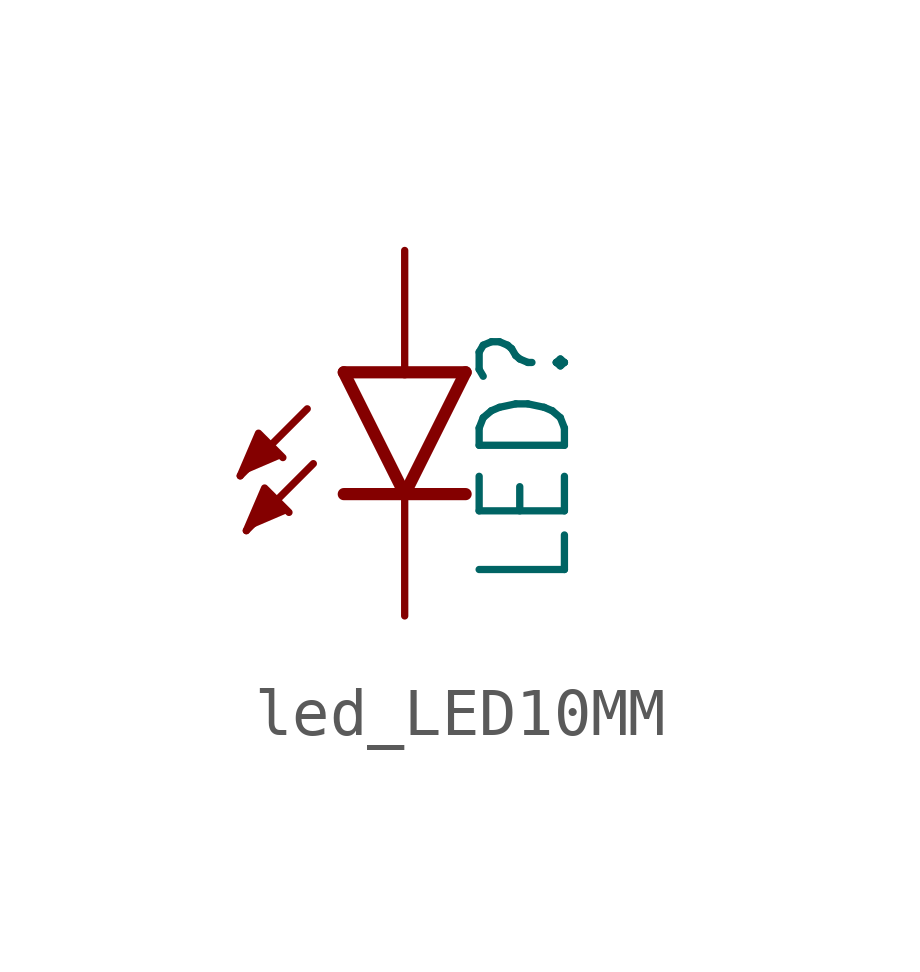
<source format=kicad_sym>
(kicad_symbol_lib
  (version 20241209)
  (generator "kicad_symbol_editor")
  (generator_version "9.0")
  (symbol "led_LED10MM"
    (property "Reference" "LED"
      (at 3.556 -4.572 90)
      (effects (font (size 1.778 1.511)) (justify left bottom)))
    (property "Value" ""
      (at 5.715 -4.572 90)
      (effects (font (size 1.778 1.511)) (justify left bottom)))
    (property "ki_locked" ""
      (at 0 0 0)
      (effects (font (size 1.27 1.27))))
    (symbol "led_LED10MM_1_0"
      (polyline (pts (xy -3.429 -2.159) (xy -3.048 -1.27) (xy -2.54 -1.778)) (stroke (width 0.152) (type solid)) (fill (type outline)))
      (polyline (pts (xy -3.302 -3.302) (xy -2.921 -2.413) (xy -2.413 -2.921)) (stroke (width 0.152) (type solid)) (fill (type outline)))
      (polyline (pts (xy -2.032 -0.762) (xy -3.429 -2.159)) (stroke (width 0.152) (type solid)) (fill (type none)))
      (polyline (pts (xy -1.905 -1.905) (xy -3.302 -3.302)) (stroke (width 0.152) (type solid)) (fill (type none)))
      (polyline (pts (xy 0 0) (xy -1.27 0)) (stroke (width 0.254) (type solid)) (fill (type none)))
      (polyline (pts (xy 0 -2.54) (xy -1.27 0)) (stroke (width 0.254) (type solid)) (fill (type none)))
      (polyline (pts (xy 0 -2.54) (xy -1.27 -2.54)) (stroke (width 0.254) (type solid)) (fill (type none)))
      (polyline (pts (xy 1.27 0) (xy 0 0)) (stroke (width 0.254) (type solid)) (fill (type none)))
      (polyline (pts (xy 1.27 0) (xy 0 -2.54)) (stroke (width 0.254) (type solid)) (fill (type none)))
      (polyline (pts (xy 1.27 -2.54) (xy 0 -2.54)) (stroke (width 0.254) (type solid)) (fill (type none)))
      (pin passive line (at 0 2.54 270) (length 2.54) (name "A" (effects (font (size 0 0)))) (number "A" (effects (font (size 0 0)))))
      (pin passive line (at 0 -5.08 90) (length 2.54) (name "C" (effects (font (size 0 0)))) (number "K" (effects (font (size 0 0))))))))
</source>
